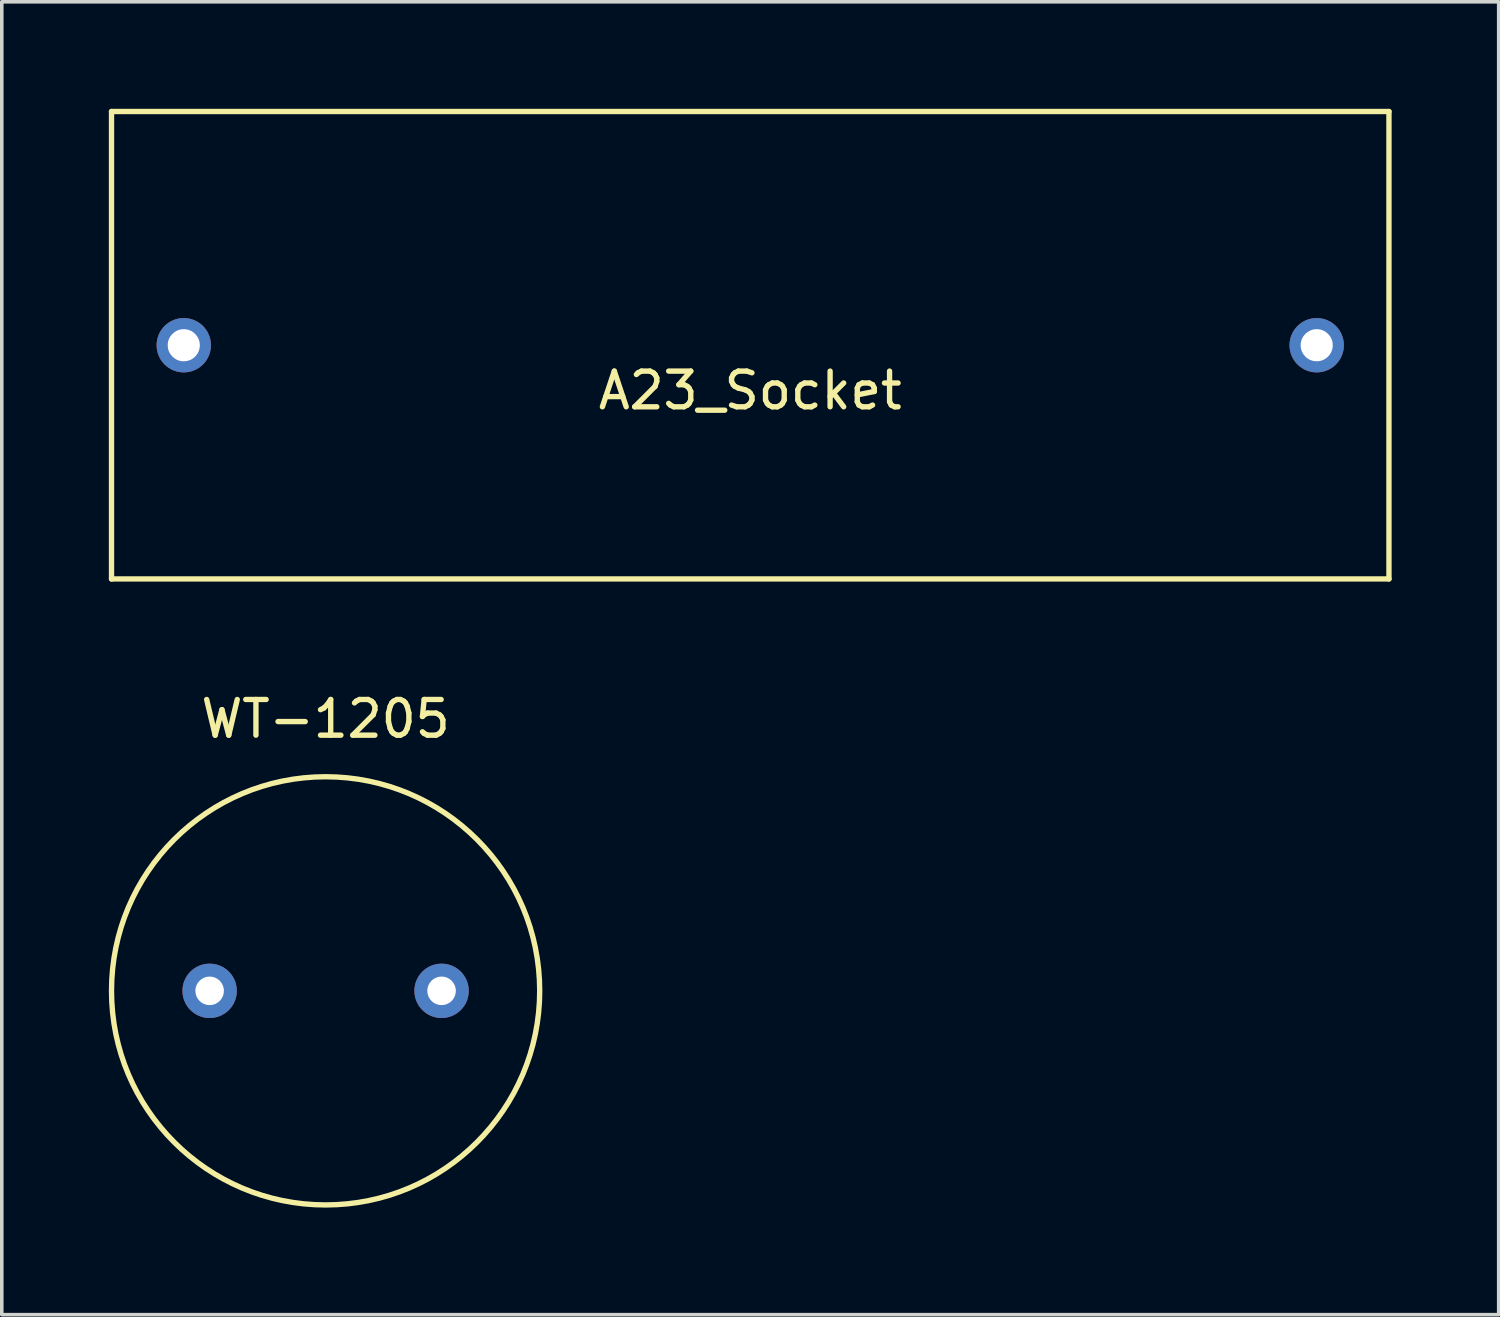
<source format=kicad_pcb>
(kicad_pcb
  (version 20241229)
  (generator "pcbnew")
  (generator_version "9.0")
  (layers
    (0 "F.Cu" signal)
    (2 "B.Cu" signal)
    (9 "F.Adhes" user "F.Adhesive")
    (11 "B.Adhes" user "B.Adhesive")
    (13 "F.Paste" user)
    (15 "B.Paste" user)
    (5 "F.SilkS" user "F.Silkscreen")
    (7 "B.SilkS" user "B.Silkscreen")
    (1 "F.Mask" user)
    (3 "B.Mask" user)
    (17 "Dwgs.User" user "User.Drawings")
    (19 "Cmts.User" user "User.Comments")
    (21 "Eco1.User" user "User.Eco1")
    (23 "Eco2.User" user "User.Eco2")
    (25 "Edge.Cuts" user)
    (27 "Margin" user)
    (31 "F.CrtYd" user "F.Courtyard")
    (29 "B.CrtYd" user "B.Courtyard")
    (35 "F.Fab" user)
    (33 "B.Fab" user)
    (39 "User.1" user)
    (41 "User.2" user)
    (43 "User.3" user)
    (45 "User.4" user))
  (footprint "A23_Socket"
    (layer "F.Cu")
    (at 17.975 6.625)
    (property "Reference" "A23_Socket" (at 0 1.27 0) (layer "F.SilkS") (effects (font (size 1 1) (thickness 0.15))))
    (attr through_hole)
    (fp_line (start -17.9 -6.55) (end 17.9 -6.55) (stroke (width 0.15) (type solid)) (layer "F.SilkS"))
    (fp_line (start -17.9 6.55) (end -17.9 -6.55) (stroke (width 0.15) (type solid)) (layer "F.SilkS"))
    (fp_line (start 17.9 -6.55) (end 17.9 6.55) (stroke (width 0.15) (type solid)) (layer "F.SilkS"))
    (fp_line (start 17.9 6.55) (end -17.9 6.55) (stroke (width 0.15) (type solid)) (layer "F.SilkS"))
    (pad "1" thru_hole circle (at -15.875 0) (size 1.524 1.524) (drill 0.9) (layers "*.Cu" "*.Mask"))
    (pad "2" thru_hole circle (at 15.875 0) (size 1.524 1.524) (drill 0.9) (layers "*.Cu" "*.Mask")))
  (footprint "WT-1205"
    (layer "F.Cu")
    (at 6.075 24.718)
    (property "Reference" "WT-1205" (at 0 -7.62 0) (layer "F.SilkS") (effects (font (size 1 1) (thickness 0.15))))
    (attr through_hole)
    (fp_circle (center 0 0) (end 6 0) (stroke (width 0.15) (type solid)) (fill no) (layer "F.SilkS"))
    (pad "1" thru_hole circle (at -3.25 0) (size 1.524 1.524) (drill 0.8) (layers "*.Cu" "*.Mask"))
    (pad "2" thru_hole circle (at 3.25 0) (size 1.524 1.524) (drill 0.8) (layers "*.Cu" "*.Mask")))
  (gr_rect
    (start -3 -3)
    (end 38.95 33.793)
    (stroke (width 0.1) (type default))
    (fill no)
    (layer "Edge.Cuts")))
</source>
